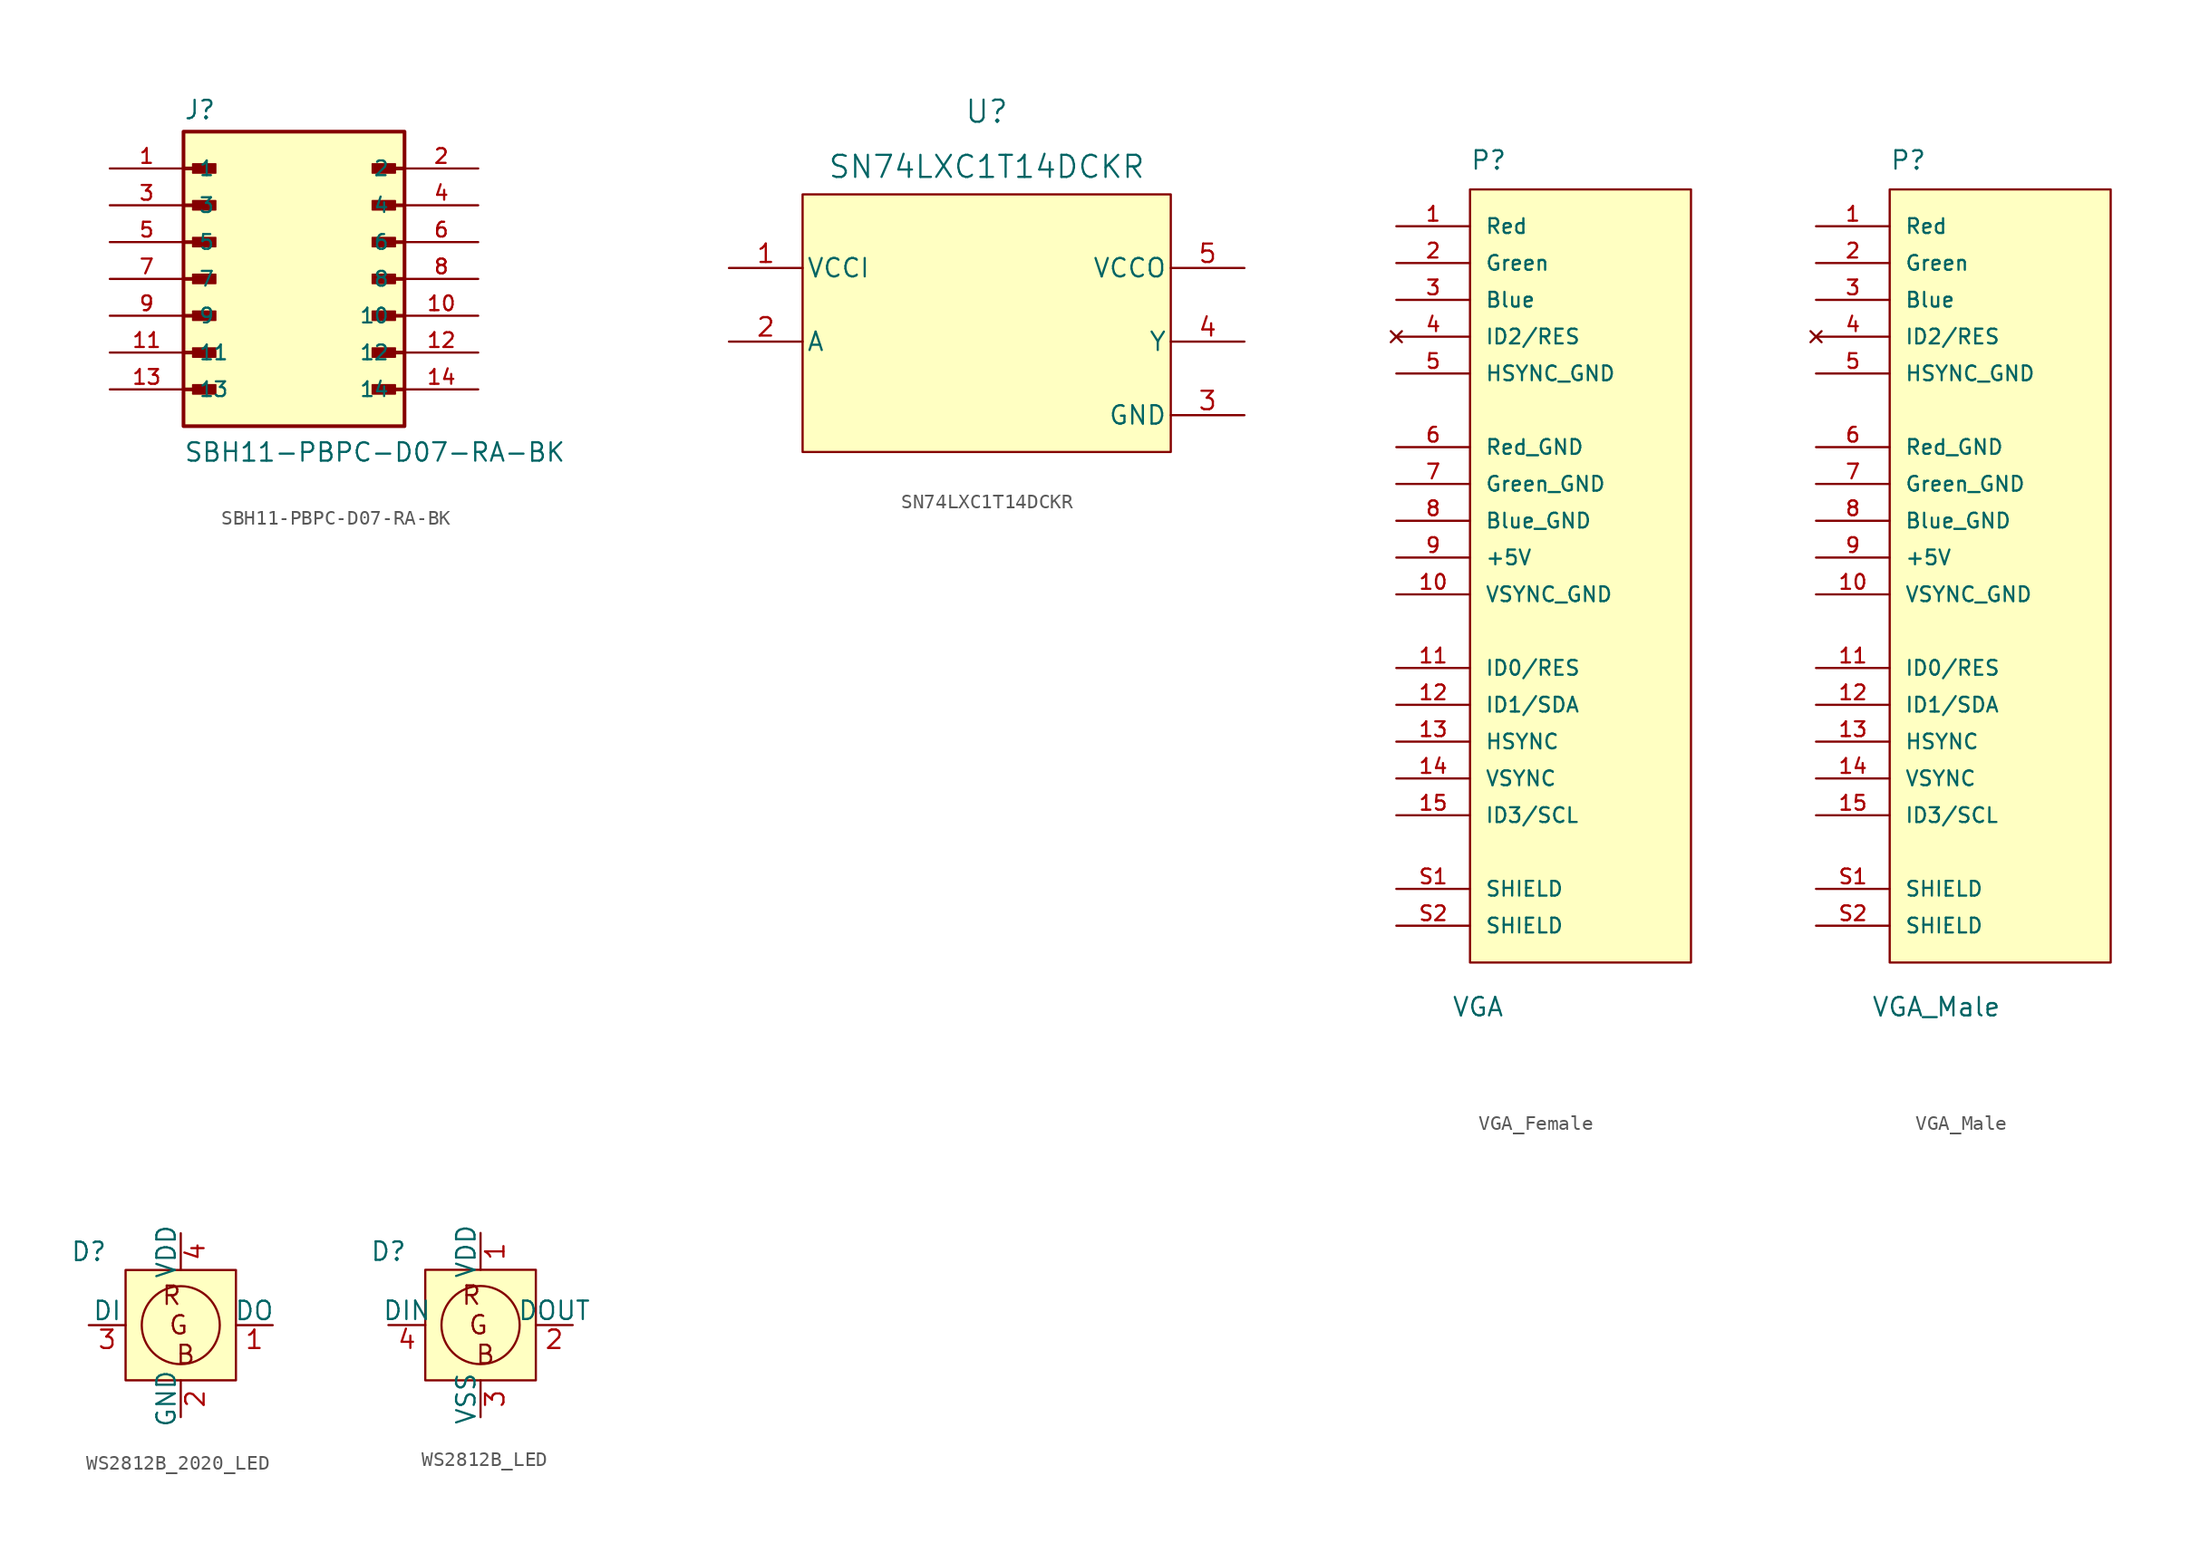
<source format=kicad_sym>
(kicad_symbol_lib
  (version 20231120)
  (generator "kicad_symbol_editor")
  (generator_version "8.0")
  (symbol "SBH11-PBPC-D07-RA-BK"
    (pin_names
      (offset 1.016))
    (property "Reference" "J"
      (at -7.62 10.922 0)
      (effects (font (size 1.27 1.27)) (justify left bottom)))
    (property "Value" "SBH11-PBPC-D07-RA-BK"
      (at -7.62 -12.7 0)
      (effects (font (size 1.27 1.27)) (justify left bottom)))
    (symbol "SBH11-PBPC-D07-RA-BK_0_0"
      (rectangle (start -7.62 -10.16) (end 7.62 10.16) (stroke (width 0.254) (type default)) (fill (type background)))
      (rectangle (start -6.985 -7.938) (end -5.397 -7.303) (stroke (width 0.1) (type default)) (fill (type outline)))
      (rectangle (start -6.985 -5.397) (end -5.397 -4.763) (stroke (width 0.1) (type default)) (fill (type outline)))
      (rectangle (start -6.985 -2.857) (end -5.397 -2.223) (stroke (width 0.1) (type default)) (fill (type outline)))
      (rectangle (start -6.985 -0.318) (end -5.397 0.318) (stroke (width 0.1) (type default)) (fill (type outline)))
      (rectangle (start -6.985 2.223) (end -5.397 2.857) (stroke (width 0.1) (type default)) (fill (type outline)))
      (rectangle (start -6.985 4.763) (end -5.397 5.397) (stroke (width 0.1) (type default)) (fill (type outline)))
      (rectangle (start -6.985 7.303) (end -5.397 7.938) (stroke (width 0.1) (type default)) (fill (type outline)))
      (polyline (pts (xy -7.62 -7.62) (xy -5.715 -7.62)) (stroke (width 0.254) (type default)) (fill (type none)))
      (polyline (pts (xy -7.62 -5.08) (xy -5.715 -5.08)) (stroke (width 0.254) (type default)) (fill (type none)))
      (polyline (pts (xy -7.62 -2.54) (xy -5.715 -2.54)) (stroke (width 0.254) (type default)) (fill (type none)))
      (polyline (pts (xy -7.62 0) (xy -5.715 0)) (stroke (width 0.254) (type default)) (fill (type none)))
      (polyline (pts (xy -7.62 2.54) (xy -5.715 2.54)) (stroke (width 0.254) (type default)) (fill (type none)))
      (polyline (pts (xy -7.62 5.08) (xy -5.715 5.08)) (stroke (width 0.254) (type default)) (fill (type none)))
      (polyline (pts (xy -7.62 7.62) (xy -5.715 7.62)) (stroke (width 0.254) (type default)) (fill (type none)))
      (polyline (pts (xy 7.62 -7.62) (xy 5.715 -7.62)) (stroke (width 0.254) (type default)) (fill (type none)))
      (polyline (pts (xy 7.62 -5.08) (xy 5.715 -5.08)) (stroke (width 0.254) (type default)) (fill (type none)))
      (polyline (pts (xy 7.62 -2.54) (xy 5.715 -2.54)) (stroke (width 0.254) (type default)) (fill (type none)))
      (polyline (pts (xy 7.62 0) (xy 5.715 0)) (stroke (width 0.254) (type default)) (fill (type none)))
      (polyline (pts (xy 7.62 2.54) (xy 5.715 2.54)) (stroke (width 0.254) (type default)) (fill (type none)))
      (polyline (pts (xy 7.62 5.08) (xy 5.715 5.08)) (stroke (width 0.254) (type default)) (fill (type none)))
      (polyline (pts (xy 7.62 7.62) (xy 5.715 7.62)) (stroke (width 0.254) (type default)) (fill (type none)))
      (rectangle (start 5.397 -7.938) (end 6.985 -7.303) (stroke (width 0.1) (type default)) (fill (type outline)))
      (rectangle (start 5.397 -5.397) (end 6.985 -4.763) (stroke (width 0.1) (type default)) (fill (type outline)))
      (rectangle (start 5.397 -2.857) (end 6.985 -2.223) (stroke (width 0.1) (type default)) (fill (type outline)))
      (rectangle (start 5.397 -0.318) (end 6.985 0.318) (stroke (width 0.1) (type default)) (fill (type outline)))
      (rectangle (start 5.397 2.223) (end 6.985 2.857) (stroke (width 0.1) (type default)) (fill (type outline)))
      (rectangle (start 5.397 4.763) (end 6.985 5.397) (stroke (width 0.1) (type default)) (fill (type outline)))
      (rectangle (start 5.397 7.303) (end 6.985 7.938) (stroke (width 0.1) (type default)) (fill (type outline)))
      (pin passive line (at -12.7 7.62 0) (length 5.08) (name "1" (effects (font (size 1.016 1.016)))) (number "1" (effects (font (size 1.016 1.016)))))
      (pin passive line (at 12.7 -2.54 180) (length 5.08) (name "10" (effects (font (size 1.016 1.016)))) (number "10" (effects (font (size 1.016 1.016)))))
      (pin passive line (at -12.7 -5.08 0) (length 5.08) (name "11" (effects (font (size 1.016 1.016)))) (number "11" (effects (font (size 1.016 1.016)))))
      (pin passive line (at 12.7 -5.08 180) (length 5.08) (name "12" (effects (font (size 1.016 1.016)))) (number "12" (effects (font (size 1.016 1.016)))))
      (pin passive line (at -12.7 -7.62 0) (length 5.08) (name "13" (effects (font (size 1.016 1.016)))) (number "13" (effects (font (size 1.016 1.016)))))
      (pin passive line (at 12.7 -7.62 180) (length 5.08) (name "14" (effects (font (size 1.016 1.016)))) (number "14" (effects (font (size 1.016 1.016)))))
      (pin passive line (at 12.7 7.62 180) (length 5.08) (name "2" (effects (font (size 1.016 1.016)))) (number "2" (effects (font (size 1.016 1.016)))))
      (pin passive line (at -12.7 5.08 0) (length 5.08) (name "3" (effects (font (size 1.016 1.016)))) (number "3" (effects (font (size 1.016 1.016)))))
      (pin passive line (at 12.7 5.08 180) (length 5.08) (name "4" (effects (font (size 1.016 1.016)))) (number "4" (effects (font (size 1.016 1.016)))))
      (pin passive line (at -12.7 2.54 0) (length 5.08) (name "5" (effects (font (size 1.016 1.016)))) (number "5" (effects (font (size 1.016 1.016)))))
      (pin passive line (at 12.7 2.54 180) (length 5.08) (name "6" (effects (font (size 1.016 1.016)))) (number "6" (effects (font (size 1.016 1.016)))))
      (pin passive line (at -12.7 0 0) (length 5.08) (name "7" (effects (font (size 1.016 1.016)))) (number "7" (effects (font (size 1.016 1.016)))))
      (pin passive line (at 12.7 0 180) (length 5.08) (name "8" (effects (font (size 1.016 1.016)))) (number "8" (effects (font (size 1.016 1.016)))))
      (pin passive line (at -12.7 -2.54 0) (length 5.08) (name "9" (effects (font (size 1.016 1.016)))) (number "9" (effects (font (size 1.016 1.016)))))))
  (symbol "SN74LXC1T14DCKR"
    (pin_names
      (offset 0.254))
    (property "Reference" "U"
      (at 17.78 10.795 0)
      (effects (font (size 1.524 1.524))))
    (property "Value" "SN74LXC1T14DCKR"
      (at 17.78 6.985 0)
      (effects (font (size 1.524 1.524))))
    (property "ki_locked" ""
      (at 0 0 0)
      (effects (font (size 1.27 1.27))))
    (symbol "SN74LXC1T14DCKR_0_1"
      (pin power_in line (at 0 0 0) (length 5.08) (name "VCCI" (effects (font (size 1.27 1.27)))) (number "1" (effects (font (size 1.27 1.27)))))
      (pin input line (at 0 -5.08 0) (length 5.08) (name "A" (effects (font (size 1.27 1.27)))) (number "2" (effects (font (size 1.27 1.27)))))
      (pin power_in line (at 35.56 -10.16 180) (length 5.08) (name "GND" (effects (font (size 1.27 1.27)))) (number "3" (effects (font (size 1.27 1.27)))))
      (pin output line (at 35.56 -5.08 180) (length 5.08) (name "Y" (effects (font (size 1.27 1.27)))) (number "4" (effects (font (size 1.27 1.27)))))
      (pin power_in line (at 35.56 0 180) (length 5.08) (name "VCCO" (effects (font (size 1.27 1.27)))) (number "5" (effects (font (size 1.27 1.27))))))
    (symbol "SN74LXC1T14DCKR_1_1"
      (rectangle (start 5.08 5.08) (end 30.48 -12.7) (stroke (width 0) (type default)) (fill (type background)))))
  (symbol "VGA_Female "
    (pin_names
      (offset 1.016))
    (property "Reference" "P"
      (at -7.62 26.67 0)
      (effects (font (size 1.27 1.27)) (justify left bottom)))
    (property "Value" "VGA"
      (at -8.89 -31.75 0)
      (effects (font (size 1.27 1.27)) (justify left bottom)))
    (symbol "VGA_Female _0_0"
      (rectangle (start -7.62 -27.94) (end 7.62 25.4) (stroke (width 0.152) (type solid)) (fill (type background)))
      (pin passive line (at -12.7 22.86 0) (length 5.08) (name "Red" (effects (font (size 1.016 1.016)))) (number "1" (effects (font (size 1.016 1.016)))))
      (pin passive line (at -12.7 -2.54 0) (length 5.08) (name "VSYNC_GND" (effects (font (size 1.016 1.016)))) (number "10" (effects (font (size 1.016 1.016)))))
      (pin passive line (at -12.7 -7.62 0) (length 5.08) (name "ID0/RES" (effects (font (size 1.016 1.016)))) (number "11" (effects (font (size 1.016 1.016)))))
      (pin passive line (at -12.7 -10.16 0) (length 5.08) (name "ID1/SDA" (effects (font (size 1.016 1.016)))) (number "12" (effects (font (size 1.016 1.016)))))
      (pin passive line (at -12.7 -12.7 0) (length 5.08) (name "HSYNC" (effects (font (size 1.016 1.016)))) (number "13" (effects (font (size 1.016 1.016)))))
      (pin passive line (at -12.7 -15.24 0) (length 5.08) (name "VSYNC" (effects (font (size 1.016 1.016)))) (number "14" (effects (font (size 1.016 1.016)))))
      (pin passive line (at -12.7 -17.78 0) (length 5.08) (name "ID3/SCL" (effects (font (size 1.016 1.016)))) (number "15" (effects (font (size 1.016 1.016)))))
      (pin passive line (at -12.7 20.32 0) (length 5.08) (name "Green" (effects (font (size 1.016 1.016)))) (number "2" (effects (font (size 1.016 1.016)))))
      (pin passive line (at -12.7 17.78 0) (length 5.08) (name "Blue" (effects (font (size 1.016 1.016)))) (number "3" (effects (font (size 1.016 1.016)))))
      (pin no_connect line (at -12.7 15.24 0) (length 5.08) (name "ID2/RES" (effects (font (size 1.016 1.016)))) (number "4" (effects (font (size 1.016 1.016)))))
      (pin passive line (at -12.7 12.7 0) (length 5.08) (name "HSYNC_GND" (effects (font (size 1.016 1.016)))) (number "5" (effects (font (size 1.016 1.016)))))
      (pin passive line (at -12.7 7.62 0) (length 5.08) (name "Red_GND" (effects (font (size 1.016 1.016)))) (number "6" (effects (font (size 1.016 1.016)))))
      (pin passive line (at -12.7 5.08 0) (length 5.08) (name "Green_GND" (effects (font (size 1.016 1.016)))) (number "7" (effects (font (size 1.016 1.016)))))
      (pin passive line (at -12.7 2.54 0) (length 5.08) (name "Blue_GND" (effects (font (size 1.016 1.016)))) (number "8" (effects (font (size 1.016 1.016)))))
      (pin passive line (at -12.7 0 0) (length 5.08) (name "+5V" (effects (font (size 1.016 1.016)))) (number "9" (effects (font (size 1.016 1.016)))))
      (pin passive line (at -12.7 -22.86 0) (length 5.08) (name "SHIELD" (effects (font (size 1.016 1.016)))) (number "S1" (effects (font (size 1.016 1.016)))))
      (pin passive line (at -12.7 -25.4 0) (length 5.08) (name "SHIELD" (effects (font (size 1.016 1.016)))) (number "S2" (effects (font (size 1.016 1.016)))))))
  (symbol "VGA_Male"
    (pin_names
      (offset 1.016))
    (property "Reference" "P"
      (at -7.62 26.67 0)
      (effects (font (size 1.27 1.27)) (justify left bottom)))
    (property "Value" "VGA_Male"
      (at -8.89 -31.75 0)
      (effects (font (size 1.27 1.27)) (justify left bottom)))
    (symbol "VGA_Male_0_0"
      (rectangle (start -7.62 -27.94) (end 7.62 25.4) (stroke (width 0.152) (type solid)) (fill (type background)))
      (pin passive line (at -12.7 22.86 0) (length 5.08) (name "Red" (effects (font (size 1.016 1.016)))) (number "1" (effects (font (size 1.016 1.016)))))
      (pin passive line (at -12.7 -2.54 0) (length 5.08) (name "VSYNC_GND" (effects (font (size 1.016 1.016)))) (number "10" (effects (font (size 1.016 1.016)))))
      (pin passive line (at -12.7 -7.62 0) (length 5.08) (name "ID0/RES" (effects (font (size 1.016 1.016)))) (number "11" (effects (font (size 1.016 1.016)))))
      (pin passive line (at -12.7 -10.16 0) (length 5.08) (name "ID1/SDA" (effects (font (size 1.016 1.016)))) (number "12" (effects (font (size 1.016 1.016)))))
      (pin passive line (at -12.7 -12.7 0) (length 5.08) (name "HSYNC" (effects (font (size 1.016 1.016)))) (number "13" (effects (font (size 1.016 1.016)))))
      (pin passive line (at -12.7 -15.24 0) (length 5.08) (name "VSYNC" (effects (font (size 1.016 1.016)))) (number "14" (effects (font (size 1.016 1.016)))))
      (pin passive line (at -12.7 -17.78 0) (length 5.08) (name "ID3/SCL" (effects (font (size 1.016 1.016)))) (number "15" (effects (font (size 1.016 1.016)))))
      (pin passive line (at -12.7 20.32 0) (length 5.08) (name "Green" (effects (font (size 1.016 1.016)))) (number "2" (effects (font (size 1.016 1.016)))))
      (pin passive line (at -12.7 17.78 0) (length 5.08) (name "Blue" (effects (font (size 1.016 1.016)))) (number "3" (effects (font (size 1.016 1.016)))))
      (pin no_connect line (at -12.7 15.24 0) (length 5.08) (name "ID2/RES" (effects (font (size 1.016 1.016)))) (number "4" (effects (font (size 1.016 1.016)))))
      (pin passive line (at -12.7 12.7 0) (length 5.08) (name "HSYNC_GND" (effects (font (size 1.016 1.016)))) (number "5" (effects (font (size 1.016 1.016)))))
      (pin passive line (at -12.7 7.62 0) (length 5.08) (name "Red_GND" (effects (font (size 1.016 1.016)))) (number "6" (effects (font (size 1.016 1.016)))))
      (pin passive line (at -12.7 5.08 0) (length 5.08) (name "Green_GND" (effects (font (size 1.016 1.016)))) (number "7" (effects (font (size 1.016 1.016)))))
      (pin passive line (at -12.7 2.54 0) (length 5.08) (name "Blue_GND" (effects (font (size 1.016 1.016)))) (number "8" (effects (font (size 1.016 1.016)))))
      (pin passive line (at -12.7 0 0) (length 5.08) (name "+5V" (effects (font (size 1.016 1.016)))) (number "9" (effects (font (size 1.016 1.016)))))
      (pin passive line (at -12.7 -22.86 0) (length 5.08) (name "SHIELD" (effects (font (size 1.016 1.016)))) (number "S1" (effects (font (size 1.016 1.016)))))
      (pin passive line (at -12.7 -25.4 0) (length 5.08) (name "SHIELD" (effects (font (size 1.016 1.016)))) (number "S2" (effects (font (size 1.016 1.016)))))))
  (symbol "WS2812B_2020_LED"
    (pin_names
      (offset 0))
    (property "Reference" "D"
      (at 0 1.27 0)
      (effects (font (size 1.27 1.27))))
    (property "Value" ""
      (at 0 0 0)
      (effects (font (size 1.27 1.27))))
    (symbol "WS2812B_2020_LED_0_1"
      (circle (center 6.35 -3.81) (radius 2.694) (stroke (width 0) (type default)) (fill (type none))))
    (symbol "WS2812B_2020_LED_1_0"
      (pin output line (at 12.7 -3.81 180) (length 2.54) (name "DO" (effects (font (size 1.27 1.27)))) (number "1" (effects (font (size 1.27 1.27)))))
      (pin power_out line (at 6.35 -10.16 90) (length 2.54) (name "GND" (effects (font (size 1.27 1.27)))) (number "2" (effects (font (size 1.27 1.27)))))
      (pin input line (at 0 -3.81 0) (length 2.54) (name "DI" (effects (font (size 1.27 1.27)))) (number "3" (effects (font (size 1.27 1.27)))))
      (pin power_in line (at 6.35 2.54 270) (length 2.54) (name "VDD" (effects (font (size 1.27 1.27)))) (number "4" (effects (font (size 1.27 1.27))))))
    (symbol "WS2812B_2020_LED_1_1"
      (rectangle (start 2.54 0) (end 10.16 -7.62) (stroke (width 0) (type default)) (fill (type background)))
      (text "R\n G\n  B" (at 5.715 -3.81 0) (effects (font (size 1.27 1.27))))))
  (symbol "WS2812B_LED"
    (pin_names
      (offset 0))
    (property "Reference" "D"
      (at 0 1.27 0)
      (effects (font (size 1.27 1.27))))
    (property "Value" ""
      (at 0 0 0)
      (effects (font (size 1.27 1.27))))
    (symbol "WS2812B_LED_0_1"
      (circle (center 6.35 -3.81) (radius 2.694) (stroke (width 0) (type default)) (fill (type none))))
    (symbol "WS2812B_LED_1_0"
      (pin power_in line (at 6.35 2.54 270) (length 2.54) (name "VDD" (effects (font (size 1.27 1.27)))) (number "1" (effects (font (size 1.27 1.27)))))
      (pin output line (at 12.7 -3.81 180) (length 2.54) (name "DOUT" (effects (font (size 1.27 1.27)))) (number "2" (effects (font (size 1.27 1.27)))))
      (pin power_out line (at 6.35 -10.16 90) (length 2.54) (name "VSS" (effects (font (size 1.27 1.27)))) (number "3" (effects (font (size 1.27 1.27)))))
      (pin input line (at 0 -3.81 0) (length 2.54) (name "DIN" (effects (font (size 1.27 1.27)))) (number "4" (effects (font (size 1.27 1.27))))))
    (symbol "WS2812B_LED_1_1"
      (rectangle (start 2.54 0) (end 10.16 -7.62) (stroke (width 0) (type default)) (fill (type background)))
      (text "R\n G\n  B" (at 5.715 -3.81 0) (effects (font (size 1.27 1.27)))))))
</source>
